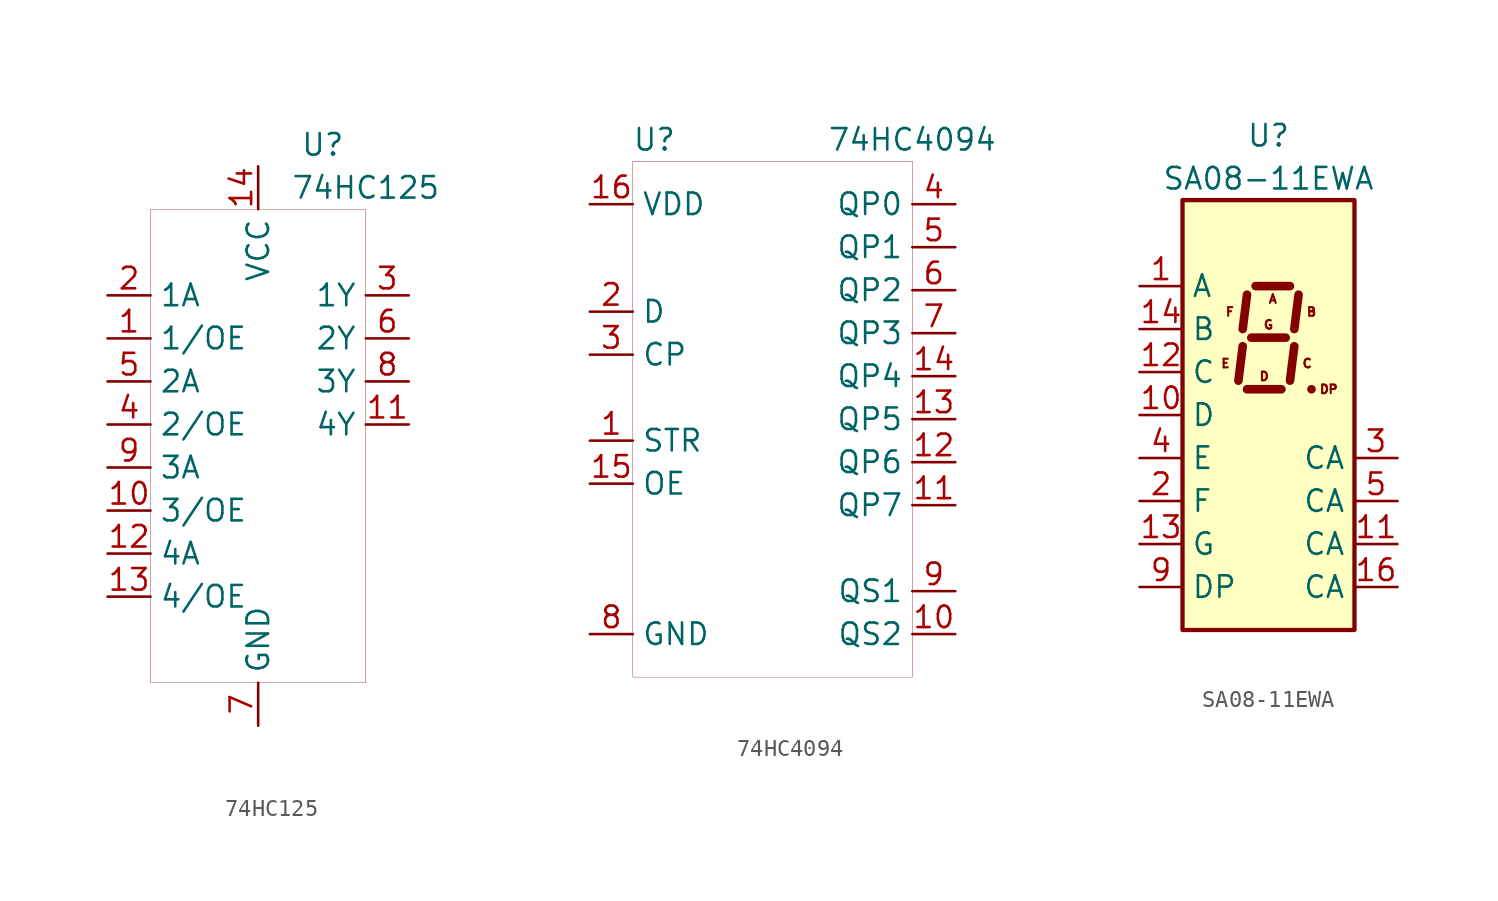
<source format=kicad_sym>
(kicad_symbol_lib
  (version 20201005)
  (generator kicad_symbol_editor)
  (symbol "solder-of-fortune:74HC125"
    (property "Reference" "U"
      (at 3.81 10.16 0)
      (effects (font (size 1.27 1.27))))
    (property "Value" "74HC125"
      (at 6.35 7.62 0)
      (effects (font (size 1.27 1.27))))
    (symbol "74HC125_0_1"
      (rectangle (start -6.35 6.35) (end 6.35 -21.59) (stroke (width 0.001)) (fill (type none))))
    (symbol "74HC125_1_1"
      (pin input line (at 0 8.89 270) (length 2.54) (name "VCC" (effects (font (size 1.27 1.27)))) (number "14" (effects (font (size 1.27 1.27)))))
      (pin input line (at 0 -24.13 90) (length 2.54) (name "GND" (effects (font (size 1.27 1.27)))) (number "7" (effects (font (size 1.27 1.27)))))
      (pin input line (at -8.89 1.27 0) (length 2.54) (name "1A" (effects (font (size 1.27 1.27)))) (number "2" (effects (font (size 1.27 1.27)))))
      (pin input line (at -8.89 -1.27 0) (length 2.54) (name "1/OE" (effects (font (size 1.27 1.27)))) (number "1" (effects (font (size 1.27 1.27)))))
      (pin input line (at -8.89 -3.81 0) (length 2.54) (name "2A" (effects (font (size 1.27 1.27)))) (number "5" (effects (font (size 1.27 1.27)))))
      (pin input line (at -8.89 -6.35 0) (length 2.54) (name "2/OE" (effects (font (size 1.27 1.27)))) (number "4" (effects (font (size 1.27 1.27)))))
      (pin input line (at -8.89 -8.89 0) (length 2.54) (name "3A" (effects (font (size 1.27 1.27)))) (number "9" (effects (font (size 1.27 1.27)))))
      (pin input line (at -8.89 -11.43 0) (length 2.54) (name "3/OE" (effects (font (size 1.27 1.27)))) (number "10" (effects (font (size 1.27 1.27)))))
      (pin input line (at -8.89 -13.97 0) (length 2.54) (name "4A" (effects (font (size 1.27 1.27)))) (number "12" (effects (font (size 1.27 1.27)))))
      (pin input line (at -8.89 -16.51 0) (length 2.54) (name "4/OE" (effects (font (size 1.27 1.27)))) (number "13" (effects (font (size 1.27 1.27)))))
      (pin input line (at 8.89 1.27 180) (length 2.54) (name "1Y" (effects (font (size 1.27 1.27)))) (number "3" (effects (font (size 1.27 1.27)))))
      (pin input line (at 8.89 -1.27 180) (length 2.54) (name "2Y" (effects (font (size 1.27 1.27)))) (number "6" (effects (font (size 1.27 1.27)))))
      (pin input line (at 8.89 -3.81 180) (length 2.54) (name "3Y" (effects (font (size 1.27 1.27)))) (number "8" (effects (font (size 1.27 1.27)))))
      (pin input line (at 8.89 -6.35 180) (length 2.54) (name "4Y" (effects (font (size 1.27 1.27)))) (number "11" (effects (font (size 1.27 1.27)))))))
  (symbol "solder-of-fortune:74HC4094"
    (property "Reference" "U"
      (at -7.62 13.97 0)
      (effects (font (size 1.27 1.27))))
    (property "Value" "74HC4094"
      (at 7.62 13.97 0)
      (effects (font (size 1.27 1.27))))
    (symbol "74HC4094_0_1"
      (rectangle (start -8.89 12.7) (end 7.62 -17.78) (stroke (width 0.001)) (fill (type none))))
    (symbol "74HC4094_1_1"
      (pin input line (at -11.43 -3.81 0) (length 2.54) (name "STR" (effects (font (size 1.27 1.27)))) (number "1" (effects (font (size 1.27 1.27)))))
      (pin input line (at -11.43 1.27 0) (length 2.54) (name "CP" (effects (font (size 1.27 1.27)))) (number "3" (effects (font (size 1.27 1.27)))))
      (pin input line (at -11.43 3.81 0) (length 2.54) (name "D" (effects (font (size 1.27 1.27)))) (number "2" (effects (font (size 1.27 1.27)))))
      (pin input line (at -11.43 -6.35 0) (length 2.54) (name "OE" (effects (font (size 1.27 1.27)))) (number "15" (effects (font (size 1.27 1.27)))))
      (pin output line (at 10.16 -12.7 180) (length 2.54) (name "QS1" (effects (font (size 1.27 1.27)))) (number "9" (effects (font (size 1.27 1.27)))))
      (pin output line (at 10.16 -15.24 180) (length 2.54) (name "QS2" (effects (font (size 1.27 1.27)))) (number "10" (effects (font (size 1.27 1.27)))))
      (pin output line (at 10.16 10.16 180) (length 2.54) (name "QP0" (effects (font (size 1.27 1.27)))) (number "4" (effects (font (size 1.27 1.27)))))
      (pin output line (at 10.16 7.62 180) (length 2.54) (name "QP1" (effects (font (size 1.27 1.27)))) (number "5" (effects (font (size 1.27 1.27)))))
      (pin output line (at 10.16 5.08 180) (length 2.54) (name "QP2" (effects (font (size 1.27 1.27)))) (number "6" (effects (font (size 1.27 1.27)))))
      (pin output line (at 10.16 2.54 180) (length 2.54) (name "QP3" (effects (font (size 1.27 1.27)))) (number "7" (effects (font (size 1.27 1.27)))))
      (pin output line (at 10.16 0 180) (length 2.54) (name "QP4" (effects (font (size 1.27 1.27)))) (number "14" (effects (font (size 1.27 1.27)))))
      (pin output line (at 10.16 -2.54 180) (length 2.54) (name "QP5" (effects (font (size 1.27 1.27)))) (number "13" (effects (font (size 1.27 1.27)))))
      (pin output line (at 10.16 -5.08 180) (length 2.54) (name "QP6" (effects (font (size 1.27 1.27)))) (number "12" (effects (font (size 1.27 1.27)))))
      (pin output line (at 10.16 -7.62 180) (length 2.54) (name "QP7" (effects (font (size 1.27 1.27)))) (number "11" (effects (font (size 1.27 1.27)))))
      (pin power_in line (at -11.43 10.16 0) (length 2.54) (name "VDD" (effects (font (size 1.27 1.27)))) (number "16" (effects (font (size 1.27 1.27)))))
      (pin power_in line (at -11.43 -15.24 0) (length 2.54) (name "GND" (effects (font (size 1.27 1.27)))) (number "8" (effects (font (size 1.27 1.27)))))))
  (symbol "solder-of-fortune:SA08-11EWA"
    (property "Reference" "U"
      (at 0 16.51 0)
      (effects (font (size 1.27 1.27))))
    (property "Value" "SA08-11EWA"
      (at 0 13.97 0)
      (effects (font (size 1.27 1.27))))
    (symbol "SA08-11EWA_1_0"
      (text "A" (at 0.254 6.858 0) (effects (font (size 0.508 0.508))))
      (text "B" (at 2.54 6.096 0) (effects (font (size 0.508 0.508))))
      (text "C" (at 2.286 3.048 0) (effects (font (size 0.508 0.508))))
      (text "D" (at -0.254 2.286 0) (effects (font (size 0.508 0.508))))
      (text "DP" (at 3.556 1.524 0) (effects (font (size 0.508 0.508))))
      (text "E" (at -2.54 3.048 0) (effects (font (size 0.508 0.508))))
      (text "F" (at -2.286 6.096 0) (effects (font (size 0.508 0.508))))
      (text "G" (at 0 5.334 0) (effects (font (size 0.508 0.508)))))
    (symbol "SA08-11EWA_1_1"
      (rectangle (start -5.08 12.7) (end 5.08 -12.7) (stroke (width 0.254)) (fill (type background)))
      (polyline (pts (xy -1.524 4.064) (xy -1.778 2.032)) (stroke (width 0.508)) (fill (type none)))
      (polyline (pts (xy -1.27 1.524) (xy 0.762 1.524)) (stroke (width 0.508)) (fill (type none)))
      (polyline (pts (xy -1.27 7.112) (xy -1.524 5.08)) (stroke (width 0.508)) (fill (type none)))
      (polyline (pts (xy -1.016 4.572) (xy 1.016 4.572)) (stroke (width 0.508)) (fill (type none)))
      (polyline (pts (xy -0.762 7.62) (xy 1.27 7.62)) (stroke (width 0.508)) (fill (type none)))
      (polyline (pts (xy 1.524 4.064) (xy 1.27 2.032)) (stroke (width 0.508)) (fill (type none)))
      (polyline (pts (xy 1.778 7.112) (xy 1.524 5.08)) (stroke (width 0.508)) (fill (type none)))
      (polyline (pts (xy 2.54 1.524) (xy 2.54 1.524)) (stroke (width 0.508)) (fill (type none)))
      (pin input line (at 7.62 -10.16 180) (length 2.54) (name "CA" (effects (font (size 1.27 1.27)))) (number "16" (effects (font (size 1.27 1.27)))))
      (pin input line (at -7.62 -7.62 0) (length 2.54) (name "G" (effects (font (size 1.27 1.27)))) (number "13" (effects (font (size 1.27 1.27)))))
      (pin input line (at -7.62 -2.54 0) (length 2.54) (name "E" (effects (font (size 1.27 1.27)))) (number "4" (effects (font (size 1.27 1.27)))))
      (pin input line (at -7.62 0 0) (length 2.54) (name "D" (effects (font (size 1.27 1.27)))) (number "10" (effects (font (size 1.27 1.27)))))
      (pin input line (at -7.62 2.54 0) (length 2.54) (name "C" (effects (font (size 1.27 1.27)))) (number "12" (effects (font (size 1.27 1.27)))))
      (pin input line (at 7.62 -7.62 180) (length 2.54) (name "CA" (effects (font (size 1.27 1.27)))) (number "11" (effects (font (size 1.27 1.27)))))
      (pin input line (at -7.62 5.08 0) (length 2.54) (name "B" (effects (font (size 1.27 1.27)))) (number "14" (effects (font (size 1.27 1.27)))))
      (pin input line (at -7.62 7.62 0) (length 2.54) (name "A" (effects (font (size 1.27 1.27)))) (number "1" (effects (font (size 1.27 1.27)))))
      (pin input line (at -7.62 -10.16 0) (length 2.54) (name "DP" (effects (font (size 1.27 1.27)))) (number "9" (effects (font (size 1.27 1.27)))))
      (pin input line (at -7.62 -5.08 0) (length 2.54) (name "F" (effects (font (size 1.27 1.27)))) (number "2" (effects (font (size 1.27 1.27)))))
      (pin input line (at 7.62 -5.08 180) (length 2.54) (name "CA" (effects (font (size 1.27 1.27)))) (number "5" (effects (font (size 1.27 1.27)))))
      (pin input line (at 7.62 -2.54 180) (length 2.54) (name "CA" (effects (font (size 1.27 1.27)))) (number "3" (effects (font (size 1.27 1.27))))))))
</source>
